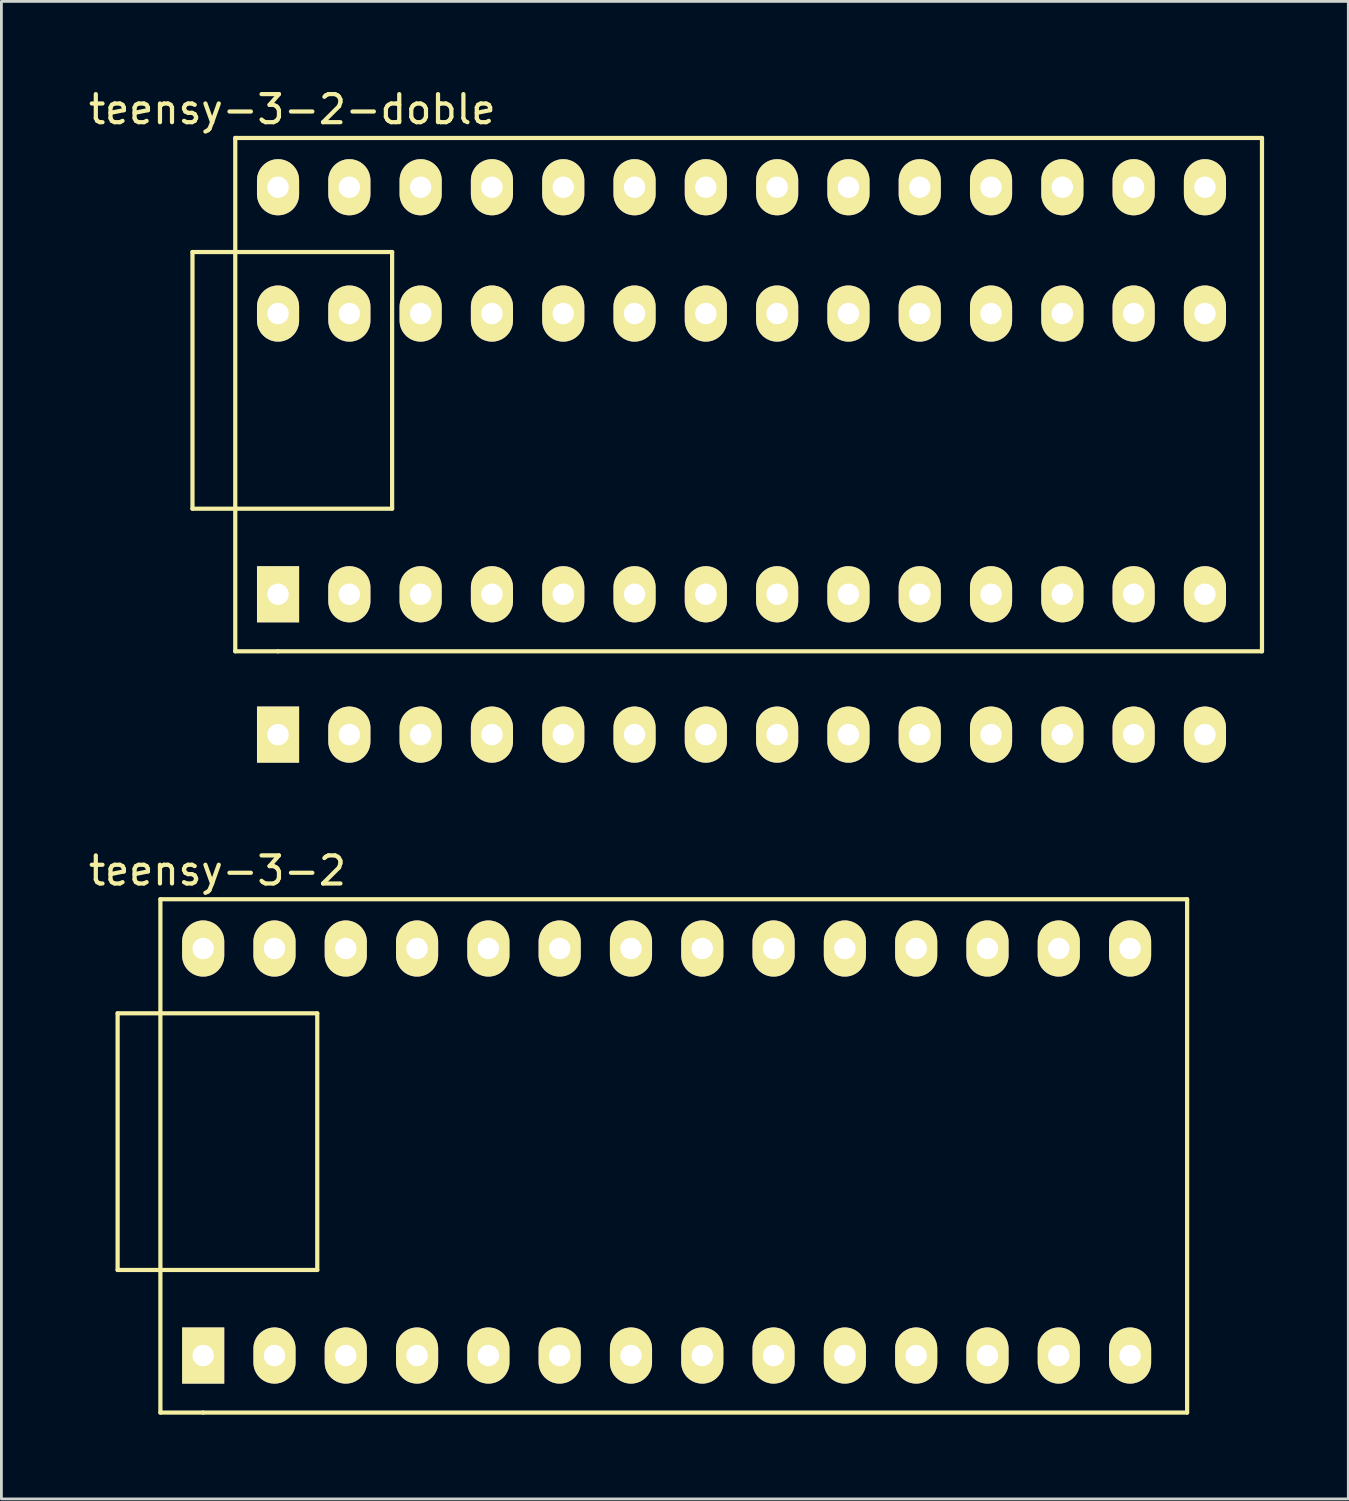
<source format=kicad_pcb>
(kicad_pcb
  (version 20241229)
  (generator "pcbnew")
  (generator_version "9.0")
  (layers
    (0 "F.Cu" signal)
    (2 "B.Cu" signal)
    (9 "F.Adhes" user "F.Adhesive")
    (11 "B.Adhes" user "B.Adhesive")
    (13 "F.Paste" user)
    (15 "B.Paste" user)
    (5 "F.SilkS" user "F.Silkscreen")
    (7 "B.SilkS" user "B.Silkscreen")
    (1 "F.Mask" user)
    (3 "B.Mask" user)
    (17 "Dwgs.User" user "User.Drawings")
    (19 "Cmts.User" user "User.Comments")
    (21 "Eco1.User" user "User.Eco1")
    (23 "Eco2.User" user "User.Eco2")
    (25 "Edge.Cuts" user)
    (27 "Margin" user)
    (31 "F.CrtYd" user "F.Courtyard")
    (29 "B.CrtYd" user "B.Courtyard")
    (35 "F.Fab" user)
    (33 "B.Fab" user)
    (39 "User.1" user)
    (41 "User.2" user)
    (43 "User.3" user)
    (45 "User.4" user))
  (footprint "teensy-3-2"
    (layer "F.Cu")
    (at 4.188 45.24)
    (property "Reference" "teensy-3-2" (at 0.508 -17.272 0) (layer "F.SilkS") (effects (font (size 1 1) (thickness 0.15))))
    (attr through_hole)
    (fp_line (start -3.048 -12.192) (end 4.064 -12.192) (stroke (width 0.15) (type solid)) (layer "F.SilkS"))
    (fp_line (start -3.048 -3.048) (end -3.048 -12.192) (stroke (width 0.15) (type solid)) (layer "F.SilkS"))
    (fp_line (start -1.524 -16.256) (end -1.524 2.032) (stroke (width 0.15) (type solid)) (layer "F.SilkS"))
    (fp_line (start -1.524 2.032) (end 0 2.032) (stroke (width 0.15) (type solid)) (layer "F.SilkS"))
    (fp_line (start 0 2.032) (end 35.052 2.032) (stroke (width 0.15) (type solid)) (layer "F.SilkS"))
    (fp_line (start 4.064 -12.192) (end 4.064 -3.048) (stroke (width 0.15) (type solid)) (layer "F.SilkS"))
    (fp_line (start 4.064 -3.048) (end -3.048 -3.048) (stroke (width 0.15) (type solid)) (layer "F.SilkS"))
    (fp_line (start 35.052 -16.256) (end -1.524 -16.256) (stroke (width 0.15) (type solid)) (layer "F.SilkS"))
    (fp_line (start 35.052 2.032) (end 35.052 -16.256) (stroke (width 0.15) (type solid)) (layer "F.SilkS"))
    (pad "1" thru_hole rect (at 0 0) (size 1.5 2) (drill 0.762) (layers "*.Cu" "*.Mask" "F.SilkS"))
    (pad "2" thru_hole oval (at 2.54 0) (size 1.5 2) (drill 0.762) (layers "*.Cu" "*.Mask" "F.SilkS"))
    (pad "3" thru_hole oval (at 5.08 0) (size 1.5 2) (drill 0.762) (layers "*.Cu" "*.Mask" "F.SilkS"))
    (pad "4" thru_hole oval (at 7.62 0) (size 1.5 2) (drill 0.762) (layers "*.Cu" "*.Mask" "F.SilkS"))
    (pad "5" thru_hole oval (at 10.16 0) (size 1.5 2) (drill 0.762) (layers "*.Cu" "*.Mask" "F.SilkS"))
    (pad "6" thru_hole oval (at 12.7 0) (size 1.5 2) (drill 0.762) (layers "*.Cu" "*.Mask" "F.SilkS"))
    (pad "7" thru_hole oval (at 15.24 0) (size 1.5 2) (drill 0.762) (layers "*.Cu" "*.Mask" "F.SilkS"))
    (pad "8" thru_hole oval (at 17.78 0) (size 1.5 2) (drill 0.762) (layers "*.Cu" "*.Mask" "F.SilkS"))
    (pad "9" thru_hole oval (at 20.32 0) (size 1.5 2) (drill 0.762) (layers "*.Cu" "*.Mask" "F.SilkS"))
    (pad "10" thru_hole oval (at 22.86 0) (size 1.5 2) (drill 0.762) (layers "*.Cu" "*.Mask" "F.SilkS"))
    (pad "11" thru_hole oval (at 25.4 0) (size 1.5 2) (drill 0.762) (layers "*.Cu" "*.Mask" "F.SilkS"))
    (pad "12" thru_hole oval (at 27.94 0) (size 1.5 2) (drill 0.762) (layers "*.Cu" "*.Mask" "F.SilkS"))
    (pad "13" thru_hole oval (at 30.48 0) (size 1.5 2) (drill 0.762) (layers "*.Cu" "*.Mask" "F.SilkS"))
    (pad "14" thru_hole oval (at 33.02 0) (size 1.5 2) (drill 0.762) (layers "*.Cu" "*.Mask" "F.SilkS"))
    (pad "15" thru_hole oval (at 33.02 -14.5) (size 1.5 2) (drill 0.762) (layers "*.Cu" "*.Mask" "F.SilkS"))
    (pad "16" thru_hole oval (at 30.48 -14.5) (size 1.5 2) (drill 0.762) (layers "*.Cu" "*.Mask" "F.SilkS"))
    (pad "17" thru_hole oval (at 27.94 -14.5) (size 1.5 2) (drill 0.762) (layers "*.Cu" "*.Mask" "F.SilkS"))
    (pad "18" thru_hole oval (at 25.4 -14.5) (size 1.5 2) (drill 0.762) (layers "*.Cu" "*.Mask" "F.SilkS"))
    (pad "19" thru_hole oval (at 22.86 -14.5) (size 1.5 2) (drill 0.762) (layers "*.Cu" "*.Mask" "F.SilkS"))
    (pad "20" thru_hole oval (at 20.32 -14.5) (size 1.5 2) (drill 0.762) (layers "*.Cu" "*.Mask" "F.SilkS"))
    (pad "21" thru_hole oval (at 17.78 -14.5) (size 1.5 2) (drill 0.762) (layers "*.Cu" "*.Mask" "F.SilkS"))
    (pad "22" thru_hole oval (at 15.24 -14.5) (size 1.5 2) (drill 0.762) (layers "*.Cu" "*.Mask" "F.SilkS"))
    (pad "23" thru_hole oval (at 12.7 -14.5) (size 1.5 2) (drill 0.762) (layers "*.Cu" "*.Mask" "F.SilkS"))
    (pad "24" thru_hole oval (at 10.16 -14.5) (size 1.5 2) (drill 0.762) (layers "*.Cu" "*.Mask" "F.SilkS"))
    (pad "25" thru_hole oval (at 7.62 -14.5) (size 1.5 2) (drill 0.762) (layers "*.Cu" "*.Mask" "F.SilkS"))
    (pad "26" thru_hole oval (at 5.08 -14.5) (size 1.5 2) (drill 0.762) (layers "*.Cu" "*.Mask" "F.SilkS"))
    (pad "27" thru_hole oval (at 2.54 -14.5) (size 1.5 2) (drill 0.762) (layers "*.Cu" "*.Mask" "F.SilkS"))
    (pad "28" thru_hole oval (at 0 -14.5) (size 1.5 2) (drill 0.762) (layers "*.Cu" "*.Mask" "F.SilkS")))
  (footprint "teensy-3-2-doble"
    (layer "F.Cu")
    (at 6.855 18.12)
    (property "Reference" "teensy-3-2-doble" (at 0.508 -17.272 0) (layer "F.SilkS") (effects (font (size 1 1) (thickness 0.15))))
    (attr through_hole)
    (fp_line (start -3.048 -12.192) (end 4.064 -12.192) (stroke (width 0.15) (type solid)) (layer "F.SilkS"))
    (fp_line (start -3.048 -3.048) (end -3.048 -12.192) (stroke (width 0.15) (type solid)) (layer "F.SilkS"))
    (fp_line (start -1.524 -16.256) (end -1.524 2.032) (stroke (width 0.15) (type solid)) (layer "F.SilkS"))
    (fp_line (start -1.524 2.032) (end 0 2.032) (stroke (width 0.15) (type solid)) (layer "F.SilkS"))
    (fp_line (start 0 2.032) (end 35.052 2.032) (stroke (width 0.15) (type solid)) (layer "F.SilkS"))
    (fp_line (start 4.064 -12.192) (end 4.064 -3.048) (stroke (width 0.15) (type solid)) (layer "F.SilkS"))
    (fp_line (start 4.064 -3.048) (end -3.048 -3.048) (stroke (width 0.15) (type solid)) (layer "F.SilkS"))
    (fp_line (start 35.052 -16.256) (end -1.524 -16.256) (stroke (width 0.15) (type solid)) (layer "F.SilkS"))
    (fp_line (start 35.052 2.032) (end 35.052 -16.256) (stroke (width 0.15) (type solid)) (layer "F.SilkS"))
    (pad "1" thru_hole rect (at 0 0) (size 1.5 2) (drill 0.762) (layers "*.Cu" "*.Mask" "F.SilkS"))
    (pad "1" thru_hole rect (at 0 5) (size 1.5 2) (drill 0.762) (layers "*.Cu" "*.Mask" "F.SilkS"))
    (pad "2" thru_hole oval (at 2.54 0) (size 1.5 2) (drill 0.762) (layers "*.Cu" "*.Mask" "F.SilkS"))
    (pad "2" thru_hole oval (at 2.54 5) (size 1.5 2) (drill 0.762) (layers "*.Cu" "*.Mask" "F.SilkS"))
    (pad "3" thru_hole oval (at 5.08 0) (size 1.5 2) (drill 0.762) (layers "*.Cu" "*.Mask" "F.SilkS"))
    (pad "3" thru_hole oval (at 5.08 5) (size 1.5 2) (drill 0.762) (layers "*.Cu" "*.Mask" "F.SilkS"))
    (pad "4" thru_hole oval (at 7.62 0) (size 1.5 2) (drill 0.762) (layers "*.Cu" "*.Mask" "F.SilkS"))
    (pad "4" thru_hole oval (at 7.62 5) (size 1.5 2) (drill 0.762) (layers "*.Cu" "*.Mask" "F.SilkS"))
    (pad "5" thru_hole oval (at 10.16 0) (size 1.5 2) (drill 0.762) (layers "*.Cu" "*.Mask" "F.SilkS"))
    (pad "5" thru_hole oval (at 10.16 5) (size 1.5 2) (drill 0.762) (layers "*.Cu" "*.Mask" "F.SilkS"))
    (pad "6" thru_hole oval (at 12.7 0) (size 1.5 2) (drill 0.762) (layers "*.Cu" "*.Mask" "F.SilkS"))
    (pad "6" thru_hole oval (at 12.7 5) (size 1.5 2) (drill 0.762) (layers "*.Cu" "*.Mask" "F.SilkS"))
    (pad "7" thru_hole oval (at 15.24 0) (size 1.5 2) (drill 0.762) (layers "*.Cu" "*.Mask" "F.SilkS"))
    (pad "7" thru_hole oval (at 15.24 5) (size 1.5 2) (drill 0.762) (layers "*.Cu" "*.Mask" "F.SilkS"))
    (pad "8" thru_hole oval (at 17.78 0) (size 1.5 2) (drill 0.762) (layers "*.Cu" "*.Mask" "F.SilkS"))
    (pad "8" thru_hole oval (at 17.78 5) (size 1.5 2) (drill 0.762) (layers "*.Cu" "*.Mask" "F.SilkS"))
    (pad "9" thru_hole oval (at 20.32 0) (size 1.5 2) (drill 0.762) (layers "*.Cu" "*.Mask" "F.SilkS"))
    (pad "9" thru_hole oval (at 20.32 5) (size 1.5 2) (drill 0.762) (layers "*.Cu" "*.Mask" "F.SilkS"))
    (pad "10" thru_hole oval (at 22.86 0) (size 1.5 2) (drill 0.762) (layers "*.Cu" "*.Mask" "F.SilkS"))
    (pad "10" thru_hole oval (at 22.86 5) (size 1.5 2) (drill 0.762) (layers "*.Cu" "*.Mask" "F.SilkS"))
    (pad "11" thru_hole oval (at 25.4 0) (size 1.5 2) (drill 0.762) (layers "*.Cu" "*.Mask" "F.SilkS"))
    (pad "11" thru_hole oval (at 25.4 5) (size 1.5 2) (drill 0.762) (layers "*.Cu" "*.Mask" "F.SilkS"))
    (pad "12" thru_hole oval (at 27.94 0) (size 1.5 2) (drill 0.762) (layers "*.Cu" "*.Mask" "F.SilkS"))
    (pad "12" thru_hole oval (at 27.94 5) (size 1.5 2) (drill 0.762) (layers "*.Cu" "*.Mask" "F.SilkS"))
    (pad "13" thru_hole oval (at 30.48 0) (size 1.5 2) (drill 0.762) (layers "*.Cu" "*.Mask" "F.SilkS"))
    (pad "13" thru_hole oval (at 30.48 5) (size 1.5 2) (drill 0.762) (layers "*.Cu" "*.Mask" "F.SilkS"))
    (pad "14" thru_hole oval (at 33.02 0) (size 1.5 2) (drill 0.762) (layers "*.Cu" "*.Mask" "F.SilkS"))
    (pad "14" thru_hole oval (at 33.02 5) (size 1.5 2) (drill 0.762) (layers "*.Cu" "*.Mask" "F.SilkS"))
    (pad "15" thru_hole oval (at 33.02 -14.5) (size 1.5 2) (drill 0.762) (layers "*.Cu" "*.Mask" "F.SilkS"))
    (pad "15" thru_hole oval (at 33.02 -10) (size 1.5 2) (drill 0.762) (layers "*.Cu" "*.Mask" "F.SilkS"))
    (pad "16" thru_hole oval (at 30.48 -14.5) (size 1.5 2) (drill 0.762) (layers "*.Cu" "*.Mask" "F.SilkS"))
    (pad "16" thru_hole oval (at 30.48 -10) (size 1.5 2) (drill 0.762) (layers "*.Cu" "*.Mask" "F.SilkS"))
    (pad "17" thru_hole oval (at 27.94 -14.5) (size 1.5 2) (drill 0.762) (layers "*.Cu" "*.Mask" "F.SilkS"))
    (pad "17" thru_hole oval (at 27.94 -10) (size 1.5 2) (drill 0.762) (layers "*.Cu" "*.Mask" "F.SilkS"))
    (pad "18" thru_hole oval (at 25.4 -14.5) (size 1.5 2) (drill 0.762) (layers "*.Cu" "*.Mask" "F.SilkS"))
    (pad "18" thru_hole oval (at 25.4 -10) (size 1.5 2) (drill 0.762) (layers "*.Cu" "*.Mask" "F.SilkS"))
    (pad "19" thru_hole oval (at 22.86 -14.5) (size 1.5 2) (drill 0.762) (layers "*.Cu" "*.Mask" "F.SilkS"))
    (pad "19" thru_hole oval (at 22.86 -10) (size 1.5 2) (drill 0.762) (layers "*.Cu" "*.Mask" "F.SilkS"))
    (pad "20" thru_hole oval (at 20.32 -14.5) (size 1.5 2) (drill 0.762) (layers "*.Cu" "*.Mask" "F.SilkS"))
    (pad "20" thru_hole oval (at 20.32 -10) (size 1.5 2) (drill 0.762) (layers "*.Cu" "*.Mask" "F.SilkS"))
    (pad "21" thru_hole oval (at 17.78 -14.5) (size 1.5 2) (drill 0.762) (layers "*.Cu" "*.Mask" "F.SilkS"))
    (pad "21" thru_hole oval (at 17.78 -10) (size 1.5 2) (drill 0.762) (layers "*.Cu" "*.Mask" "F.SilkS"))
    (pad "22" thru_hole oval (at 15.24 -14.5) (size 1.5 2) (drill 0.762) (layers "*.Cu" "*.Mask" "F.SilkS"))
    (pad "22" thru_hole oval (at 15.24 -10) (size 1.5 2) (drill 0.762) (layers "*.Cu" "*.Mask" "F.SilkS"))
    (pad "23" thru_hole oval (at 12.7 -14.5) (size 1.5 2) (drill 0.762) (layers "*.Cu" "*.Mask" "F.SilkS"))
    (pad "23" thru_hole oval (at 12.7 -10) (size 1.5 2) (drill 0.762) (layers "*.Cu" "*.Mask" "F.SilkS"))
    (pad "24" thru_hole oval (at 10.16 -14.5) (size 1.5 2) (drill 0.762) (layers "*.Cu" "*.Mask" "F.SilkS"))
    (pad "24" thru_hole oval (at 10.16 -10) (size 1.5 2) (drill 0.762) (layers "*.Cu" "*.Mask" "F.SilkS"))
    (pad "25" thru_hole oval (at 7.62 -14.5) (size 1.5 2) (drill 0.762) (layers "*.Cu" "*.Mask" "F.SilkS"))
    (pad "25" thru_hole oval (at 7.62 -10) (size 1.5 2) (drill 0.762) (layers "*.Cu" "*.Mask" "F.SilkS"))
    (pad "26" thru_hole oval (at 5.08 -14.5) (size 1.5 2) (drill 0.762) (layers "*.Cu" "*.Mask" "F.SilkS"))
    (pad "26" thru_hole oval (at 5.08 -10) (size 1.5 2) (drill 0.762) (layers "*.Cu" "*.Mask" "F.SilkS"))
    (pad "27" thru_hole oval (at 2.54 -14.5) (size 1.5 2) (drill 0.762) (layers "*.Cu" "*.Mask" "F.SilkS"))
    (pad "27" thru_hole oval (at 2.54 -10) (size 1.5 2) (drill 0.762) (layers "*.Cu" "*.Mask" "F.SilkS"))
    (pad "28" thru_hole oval (at 0 -14.5) (size 1.5 2) (drill 0.762) (layers "*.Cu" "*.Mask" "F.SilkS"))
    (pad "28" thru_hole oval (at 0 -10) (size 1.5 2) (drill 0.762) (layers "*.Cu" "*.Mask" "F.SilkS")))
  (gr_rect
    (start -3 -3)
    (end 44.982 50.347)
    (stroke (width 0.1) (type default))
    (fill no)
    (layer "Edge.Cuts")))
</source>
